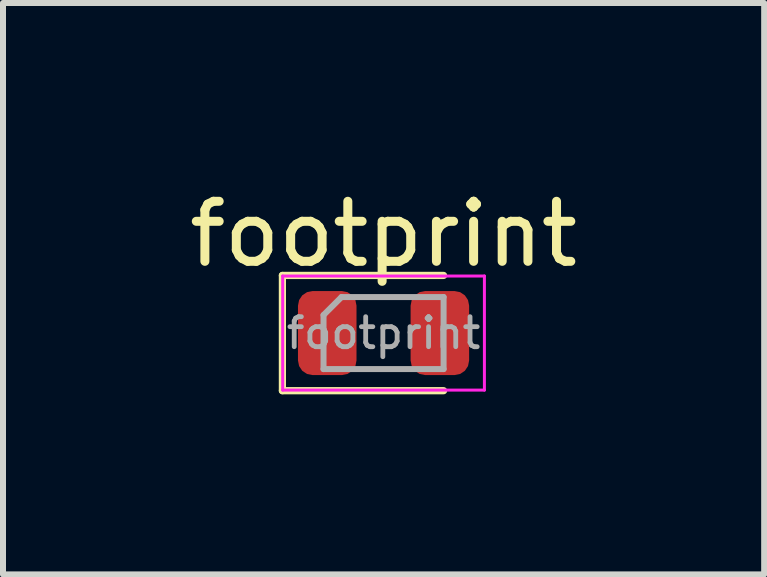
<source format=kicad_pcb>
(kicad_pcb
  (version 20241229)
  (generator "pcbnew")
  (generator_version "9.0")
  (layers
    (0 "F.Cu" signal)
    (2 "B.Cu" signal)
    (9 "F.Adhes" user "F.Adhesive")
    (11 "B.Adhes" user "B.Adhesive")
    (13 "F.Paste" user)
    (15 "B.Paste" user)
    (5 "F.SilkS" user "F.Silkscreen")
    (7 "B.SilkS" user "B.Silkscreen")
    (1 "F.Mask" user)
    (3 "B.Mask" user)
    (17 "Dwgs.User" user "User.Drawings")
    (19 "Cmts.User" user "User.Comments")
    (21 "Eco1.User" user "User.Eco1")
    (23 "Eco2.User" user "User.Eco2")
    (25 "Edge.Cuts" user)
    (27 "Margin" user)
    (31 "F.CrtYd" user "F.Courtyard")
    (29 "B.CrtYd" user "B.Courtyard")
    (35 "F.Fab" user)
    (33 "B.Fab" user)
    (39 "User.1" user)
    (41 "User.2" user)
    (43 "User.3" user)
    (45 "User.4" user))
  (footprint "footprint"
    (layer "F.Cu")
    (at 3.339 2.498)
    (property "Reference" "footprint" (at 0 -1.65 0) (layer "F.SilkS") (effects (font (size 1 1) (thickness 0.15))))
    (attr smd)
    (fp_line (start -1.685 -0.96) (end -1.685 0.96) (stroke (width 0.12) (type solid)) (layer "F.SilkS"))
    (fp_line (start -1.685 0.96) (end 1 0.96) (stroke (width 0.12) (type solid)) (layer "F.SilkS"))
    (fp_line (start 1 -0.96) (end -1.685 -0.96) (stroke (width 0.12) (type solid)) (layer "F.SilkS"))
    (fp_line (start -1.68 -0.95) (end 1.68 -0.95) (stroke (width 0.05) (type solid)) (layer "F.CrtYd"))
    (fp_line (start -1.68 0.95) (end -1.68 -0.95) (stroke (width 0.05) (type solid)) (layer "F.CrtYd"))
    (fp_line (start 1.68 -0.95) (end 1.68 0.95) (stroke (width 0.05) (type solid)) (layer "F.CrtYd"))
    (fp_line (start 1.68 0.95) (end -1.68 0.95) (stroke (width 0.05) (type solid)) (layer "F.CrtYd"))
    (fp_line (start -1 -0.3) (end -1 0.6) (stroke (width 0.1) (type solid)) (layer "F.Fab"))
    (fp_line (start -1 0.6) (end 1 0.6) (stroke (width 0.1) (type solid)) (layer "F.Fab"))
    (fp_line (start -0.7 -0.6) (end -1 -0.3) (stroke (width 0.1) (type solid)) (layer "F.Fab"))
    (fp_line (start 1 -0.6) (end -0.7 -0.6) (stroke (width 0.1) (type solid)) (layer "F.Fab"))
    (fp_line (start 1 0.6) (end 1 -0.6) (stroke (width 0.1) (type solid)) (layer "F.Fab"))
    (fp_text user "${REFERENCE}" (at 0 0 0) (layer "F.Fab") (effects (font (size 0.5 0.5) (thickness 0.08))))
    (pad "1" smd roundrect (at -0.938 0) (size 0.975 1.4) (layers "F.Cu" "F.Mask" "F.Paste") (roundrect_rratio 0.25))
    (pad "2" smd roundrect (at 0.938 0) (size 0.975 1.4) (layers "F.Cu" "F.Mask" "F.Paste") (roundrect_rratio 0.25)))
  (gr_rect
    (start -3 -3)
    (end 9.679 6.518)
    (stroke (width 0.1) (type default))
    (fill no)
    (layer "Edge.Cuts")))
</source>
